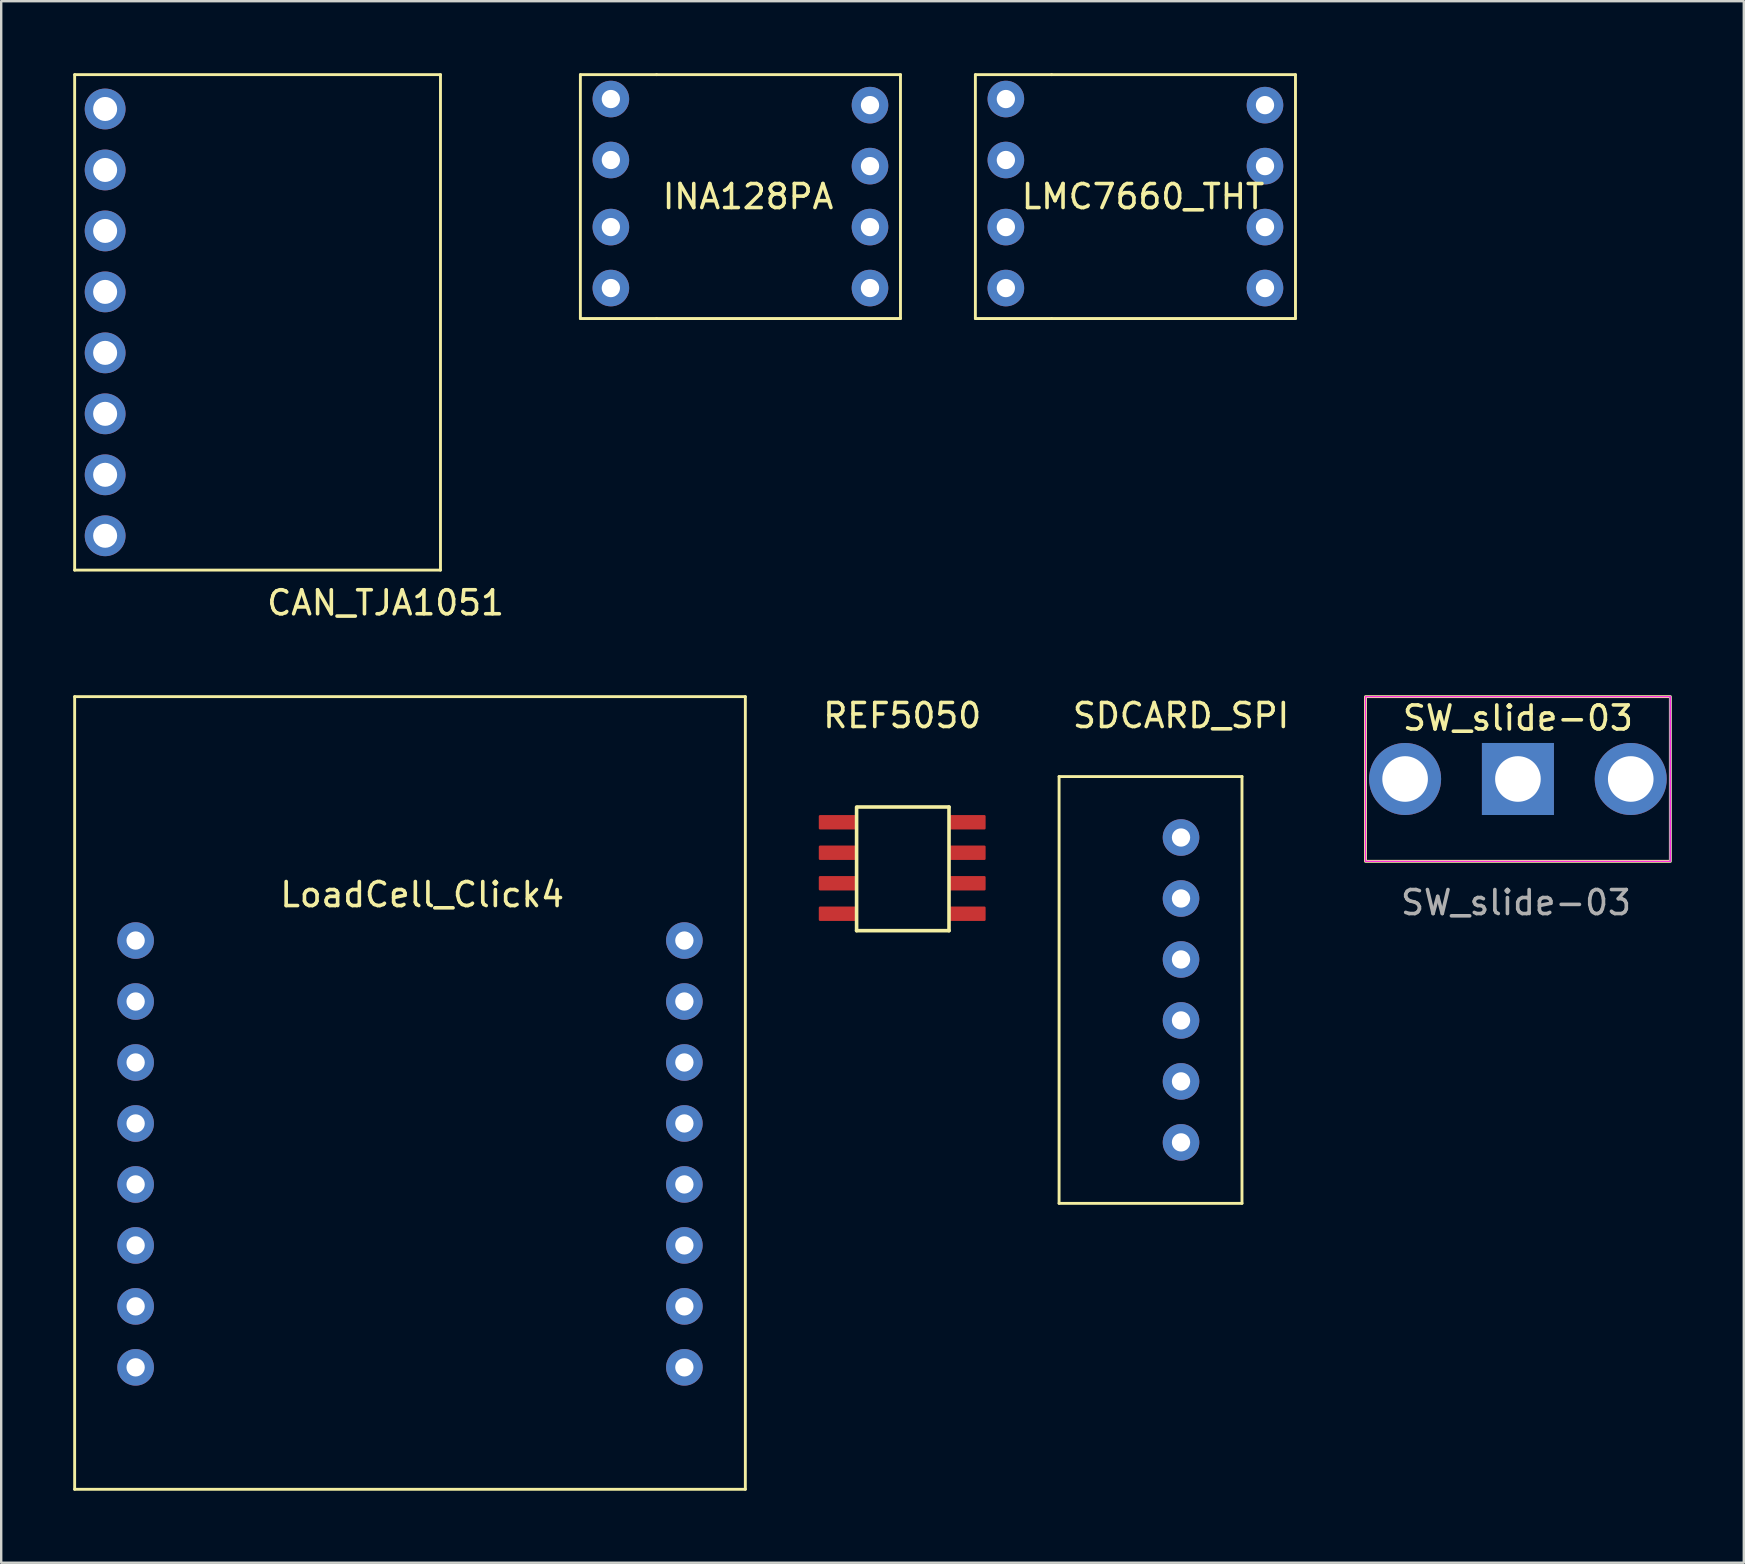
<source format=kicad_pcb>
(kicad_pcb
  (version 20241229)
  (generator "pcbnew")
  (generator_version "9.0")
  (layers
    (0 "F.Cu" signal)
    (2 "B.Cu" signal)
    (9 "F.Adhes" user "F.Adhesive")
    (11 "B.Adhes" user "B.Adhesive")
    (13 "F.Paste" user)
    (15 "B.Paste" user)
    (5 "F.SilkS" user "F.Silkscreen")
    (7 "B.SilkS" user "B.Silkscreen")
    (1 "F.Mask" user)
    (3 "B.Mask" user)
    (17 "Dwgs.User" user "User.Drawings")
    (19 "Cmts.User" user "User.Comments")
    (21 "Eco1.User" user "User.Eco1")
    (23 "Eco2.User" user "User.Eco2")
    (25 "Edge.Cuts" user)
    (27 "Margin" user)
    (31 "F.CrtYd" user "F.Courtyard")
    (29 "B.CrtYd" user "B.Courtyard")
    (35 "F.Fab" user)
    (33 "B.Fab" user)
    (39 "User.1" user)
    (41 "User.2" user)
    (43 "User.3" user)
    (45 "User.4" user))
  (footprint "CAN_TJA1051"
    (layer "F.Cu")
    (at 7.68 10.38)
    (property "Reference" "CAN_TJA1051" (at 5.334 11.684 0) (layer "F.SilkS") (effects (font (size 1 1) (thickness 0.15))))
    (attr through_hole)
    (fp_line (start -7.62 -10.32) (end -7.62 10.32) (stroke (width 0.12) (type solid)) (layer "F.SilkS"))
    (fp_line (start -7.62 10.32) (end 7.62 10.32) (stroke (width 0.12) (type solid)) (layer "F.SilkS"))
    (fp_line (start 7.62 -10.32) (end -7.62 -10.32) (stroke (width 0.12) (type solid)) (layer "F.SilkS"))
    (fp_line (start 7.62 10.32) (end 7.62 -10.32) (stroke (width 0.12) (type solid)) (layer "F.SilkS"))
    (pad "1" thru_hole circle (at -6.35 -8.89) (size 1.7 1.7) (drill 1) (layers "*.Cu" "*.Mask"))
    (pad "2" thru_hole circle (at -6.35 -6.35) (size 1.7 1.7) (drill 1) (layers "*.Cu" "*.Mask"))
    (pad "3" thru_hole circle (at -6.35 -3.81) (size 1.7 1.7) (drill 1) (layers "*.Cu" "*.Mask"))
    (pad "4" thru_hole circle (at -6.35 -1.27) (size 1.7 1.7) (drill 1) (layers "*.Cu" "*.Mask"))
    (pad "5" thru_hole circle (at -6.35 1.27) (size 1.7 1.7) (drill 1) (layers "*.Cu" "*.Mask"))
    (pad "6" thru_hole circle (at -6.35 3.81) (size 1.7 1.7) (drill 1) (layers "*.Cu" "*.Mask"))
    (pad "7" thru_hole circle (at -6.35 6.35) (size 1.7 1.7) (drill 1) (layers "*.Cu" "*.Mask"))
    (pad "8" thru_hole circle (at -6.35 8.89) (size 1.7 1.7) (drill 1) (layers "*.Cu" "*.Mask")))
  (footprint "SW_slide-03"
    (layer "F.Cu")
    (at 60.185 29.402)
    (property "Reference" "SW_slide-03" (at 0 -2.54 0) (layer "F.SilkS") (effects (font (size 1 1) (thickness 0.15))))
    (attr through_hole)
    (fp_rect (start -6.35 -3.43) (end 6.35 3.43) (stroke (width 0.12) (type default)) (fill no) (layer "F.SilkS"))
    (fp_rect (start -6.35 -3.43) (end 6.35 3.43) (stroke (width 0.05) (type default)) (fill no) (layer "F.CrtYd"))
    (fp_rect (start 6.35 -3.43) (end 6.35 3.43) (stroke (width 0.1) (type default)) (fill no) (layer "F.Fab"))
    (fp_text user "${REFERENCE}" (at -0.08 5.15 0) (layer "F.Fab") (effects (font (size 1 1) (thickness 0.15))))
    (pad "1" thru_hole rect (at 0 0) (size 3 3) (drill 1.9) (layers "*.Cu" "*.Mask"))
    (pad "2" thru_hole circle (at -4.7 0) (size 3 3) (drill 1.9) (layers "*.Cu" "*.Mask"))
    (pad "3" thru_hole circle (at 4.7 0) (size 3 3) (drill 1.9) (layers "*.Cu" "*.Mask")))
  (footprint "SDCARD_SPI"
    (layer "F.Cu")
    (at 46.15 29.3)
    (property "Reference" "SDCARD_SPI" (at 0 -2.54 0) (layer "F.SilkS") (effects (font (size 1 1) (thickness 0.15))))
    (attr through_hole)
    (fp_line (start -5.08 0) (end 2.54 0) (stroke (width 0.12) (type solid)) (layer "F.SilkS"))
    (fp_line (start -5.08 17.78) (end -5.08 0) (stroke (width 0.12) (type solid)) (layer "F.SilkS"))
    (fp_line (start 2.54 0) (end 2.54 17.78) (stroke (width 0.12) (type solid)) (layer "F.SilkS"))
    (fp_line (start 2.54 17.78) (end -5.08 17.78) (stroke (width 0.12) (type solid)) (layer "F.SilkS"))
    (pad "1" thru_hole circle (at 0 2.54) (size 1.524 1.524) (drill 0.762) (layers "*.Cu" "*.Mask"))
    (pad "2" thru_hole circle (at 0 5.08) (size 1.524 1.524) (drill 0.762) (layers "*.Cu" "*.Mask"))
    (pad "3" thru_hole circle (at 0 7.62) (size 1.524 1.524) (drill 0.762) (layers "*.Cu" "*.Mask"))
    (pad "4" thru_hole circle (at 0 10.16) (size 1.524 1.524) (drill 0.762) (layers "*.Cu" "*.Mask"))
    (pad "5" thru_hole circle (at 0 12.7) (size 1.524 1.524) (drill 0.762) (layers "*.Cu" "*.Mask"))
    (pad "6" thru_hole circle (at 0 15.24) (size 1.524 1.524) (drill 0.762) (layers "*.Cu" "*.Mask")))
  (footprint "INA128PA"
    (layer "F.Cu")
    (at 33.193 8.95)
    (property "Reference" "INA128PA" (at -5.08 -3.81 0) (layer "F.SilkS") (effects (font (size 1 1) (thickness 0.15))))
    (attr through_hole)
    (fp_line (start -12.065 -8.89) (end -12.065 1.27) (stroke (width 0.12) (type solid)) (layer "F.SilkS"))
    (fp_line (start -12.065 1.27) (end -8.89 1.27) (stroke (width 0.12) (type solid)) (layer "F.SilkS"))
    (fp_line (start -8.89 -8.89) (end -12.065 -8.89) (stroke (width 0.12) (type solid)) (layer "F.SilkS"))
    (fp_line (start -8.89 -8.89) (end 1.27 -8.89) (stroke (width 0.12) (type solid)) (layer "F.SilkS"))
    (fp_line (start 1.27 -8.89) (end 1.27 1.27) (stroke (width 0.12) (type solid)) (layer "F.SilkS"))
    (fp_line (start 1.27 1.27) (end -8.89 1.27) (stroke (width 0.12) (type solid)) (layer "F.SilkS"))
    (pad "1" thru_hole circle (at 0 0) (size 1.524 1.524) (drill 0.762) (layers "*.Cu" "*.Mask"))
    (pad "2" thru_hole circle (at 0 -2.54) (size 1.524 1.524) (drill 0.762) (layers "*.Cu" "*.Mask"))
    (pad "3" thru_hole circle (at 0 -5.08) (size 1.524 1.524) (drill 0.762) (layers "*.Cu" "*.Mask"))
    (pad "4" thru_hole circle (at 0 -7.62) (size 1.524 1.524) (drill 0.762) (layers "*.Cu" "*.Mask"))
    (pad "5" thru_hole circle (at -10.795 -7.874) (size 1.524 1.524) (drill 0.762) (layers "*.Cu" "*.Mask"))
    (pad "6" thru_hole circle (at -10.795 -5.334) (size 1.524 1.524) (drill 0.762) (layers "*.Cu" "*.Mask"))
    (pad "7" thru_hole circle (at -10.795 -2.54) (size 1.524 1.524) (drill 0.762) (layers "*.Cu" "*.Mask"))
    (pad "8" thru_hole circle (at -10.795 0) (size 1.524 1.524) (drill 0.762) (layers "*.Cu" "*.Mask")))
  (footprint "LMC7660_THT"
    (layer "F.Cu")
    (at 49.648 8.95)
    (property "Reference" "LMC7660_THT" (at -5.08 -3.81 0) (layer "F.SilkS") (effects (font (size 1 1) (thickness 0.15))))
    (attr through_hole)
    (fp_line (start -12.065 -8.89) (end -12.065 1.27) (stroke (width 0.12) (type solid)) (layer "F.SilkS"))
    (fp_line (start -12.065 1.27) (end -8.89 1.27) (stroke (width 0.12) (type solid)) (layer "F.SilkS"))
    (fp_line (start -8.89 -8.89) (end -12.065 -8.89) (stroke (width 0.12) (type solid)) (layer "F.SilkS"))
    (fp_line (start -8.89 -8.89) (end 1.27 -8.89) (stroke (width 0.12) (type solid)) (layer "F.SilkS"))
    (fp_line (start 1.27 -8.89) (end 1.27 1.27) (stroke (width 0.12) (type solid)) (layer "F.SilkS"))
    (fp_line (start 1.27 1.27) (end -8.89 1.27) (stroke (width 0.12) (type solid)) (layer "F.SilkS"))
    (pad "1" thru_hole circle (at 0 0) (size 1.524 1.524) (drill 0.762) (layers "*.Cu" "*.Mask"))
    (pad "2" thru_hole circle (at 0 -2.54) (size 1.524 1.524) (drill 0.762) (layers "*.Cu" "*.Mask"))
    (pad "3" thru_hole circle (at 0 -5.08) (size 1.524 1.524) (drill 0.762) (layers "*.Cu" "*.Mask"))
    (pad "4" thru_hole circle (at 0 -7.62) (size 1.524 1.524) (drill 0.762) (layers "*.Cu" "*.Mask"))
    (pad "5" thru_hole circle (at -10.795 -7.874) (size 1.524 1.524) (drill 0.762) (layers "*.Cu" "*.Mask"))
    (pad "6" thru_hole circle (at -10.795 -5.334) (size 1.524 1.524) (drill 0.762) (layers "*.Cu" "*.Mask"))
    (pad "7" thru_hole circle (at -10.795 -2.54) (size 1.524 1.524) (drill 0.762) (layers "*.Cu" "*.Mask"))
    (pad "8" thru_hole circle (at -10.795 0) (size 1.524 1.524) (drill 0.762) (layers "*.Cu" "*.Mask")))
  (footprint "REF5050"
    (layer "F.Cu")
    (at 34.535 30.57)
    (property "Reference" "REF5050" (at 0 -3.81 0) (layer "F.SilkS") (effects (font (size 1 1) (thickness 0.15))))
    (attr through_hole)
    (fp_line (start -1.9 0) (end -1.9 5.15) (stroke (width 0.15) (type solid)) (layer "F.SilkS"))
    (fp_line (start -1.9 5.15) (end 1.95 5.15) (stroke (width 0.15) (type solid)) (layer "F.SilkS"))
    (fp_line (start 1.95 0) (end -1.85 0) (stroke (width 0.15) (type solid)) (layer "F.SilkS"))
    (fp_line (start 1.95 5.15) (end 1.95 0) (stroke (width 0.15) (type solid)) (layer "F.SilkS"))
    (pad "1" smd roundrect (at -2.7 0.635) (size 1.55 0.6) (layers "F.Cu" "F.Mask" "F.Paste") (roundrect_rratio 0.083))
    (pad "2" smd roundrect (at -2.7 1.905) (size 1.55 0.6) (layers "F.Cu" "F.Mask" "F.Paste") (roundrect_rratio 0.083))
    (pad "3" smd roundrect (at -2.7 3.175) (size 1.55 0.6) (layers "F.Cu" "F.Mask" "F.Paste") (roundrect_rratio 0.083))
    (pad "4" smd roundrect (at -2.7 4.445) (size 1.55 0.6) (layers "F.Cu" "F.Mask" "F.Paste") (roundrect_rratio 0.083))
    (pad "5" smd roundrect (at 2.7 4.445) (size 1.55 0.6) (layers "F.Cu" "F.Mask" "F.Paste") (roundrect_rratio 0.083))
    (pad "6" smd roundrect (at 2.7 3.175) (size 1.55 0.6) (layers "F.Cu" "F.Mask" "F.Paste") (roundrect_rratio 0.083))
    (pad "7" smd roundrect (at 2.7 1.905) (size 1.55 0.6) (layers "F.Cu" "F.Mask" "F.Paste") (roundrect_rratio 0.083))
    (pad "8" smd roundrect (at 2.7 0.635) (size 1.55 0.6) (layers "F.Cu" "F.Mask" "F.Paste") (roundrect_rratio 0.083)))
  (footprint "LoadCell_Click4"
    (layer "F.Cu")
    (at 2.6 33.592)
    (property "Reference" "LoadCell_Click4" (at 11.938 0.627 0) (layer "F.SilkS") (effects (font (size 1 1) (thickness 0.15))))
    (attr through_hole)
    (fp_line (start -2.54 -7.62) (end -2.54 25.4) (stroke (width 0.12) (type solid)) (layer "F.SilkS"))
    (fp_line (start -2.54 25.4) (end 25.4 25.4) (stroke (width 0.12) (type solid)) (layer "F.SilkS"))
    (fp_line (start 25.4 -7.62) (end -2.54 -7.62) (stroke (width 0.12) (type solid)) (layer "F.SilkS"))
    (fp_line (start 25.4 25.4) (end 25.4 -7.62) (stroke (width 0.12) (type solid)) (layer "F.SilkS"))
    (pad "1" thru_hole circle (at 0 2.54) (size 1.524 1.524) (drill 0.762) (layers "*.Cu" "*.Mask"))
    (pad "2" thru_hole circle (at 0 5.08) (size 1.524 1.524) (drill 0.762) (layers "*.Cu" "*.Mask"))
    (pad "3" thru_hole circle (at 0 7.62) (size 1.524 1.524) (drill 0.762) (layers "*.Cu" "*.Mask"))
    (pad "4" thru_hole circle (at 0 10.16) (size 1.524 1.524) (drill 0.762) (layers "*.Cu" "*.Mask"))
    (pad "5" thru_hole circle (at 0 12.7) (size 1.524 1.524) (drill 0.762) (layers "*.Cu" "*.Mask"))
    (pad "6" thru_hole circle (at 0 15.24) (size 1.524 1.524) (drill 0.762) (layers "*.Cu" "*.Mask"))
    (pad "7" thru_hole circle (at 0 17.78) (size 1.524 1.524) (drill 0.762) (layers "*.Cu" "*.Mask"))
    (pad "8" thru_hole circle (at 0 20.32) (size 1.524 1.524) (drill 0.762) (layers "*.Cu" "*.Mask"))
    (pad "9" thru_hole circle (at 22.86 2.54) (size 1.524 1.524) (drill 0.762) (layers "*.Cu" "*.Mask"))
    (pad "10" thru_hole circle (at 22.86 5.08) (size 1.524 1.524) (drill 0.762) (layers "*.Cu" "*.Mask"))
    (pad "11" thru_hole circle (at 22.86 7.62) (size 1.524 1.524) (drill 0.762) (layers "*.Cu" "*.Mask"))
    (pad "12" thru_hole circle (at 22.86 10.16) (size 1.524 1.524) (drill 0.762) (layers "*.Cu" "*.Mask"))
    (pad "13" thru_hole circle (at 22.86 12.7) (size 1.524 1.524) (drill 0.762) (layers "*.Cu" "*.Mask"))
    (pad "14" thru_hole circle (at 22.86 15.24) (size 1.524 1.524) (drill 0.762) (layers "*.Cu" "*.Mask"))
    (pad "15" thru_hole circle (at 22.86 17.78) (size 1.524 1.524) (drill 0.762) (layers "*.Cu" "*.Mask"))
    (pad "16" thru_hole circle (at 22.86 20.32) (size 1.524 1.524) (drill 0.762) (layers "*.Cu" "*.Mask")))
  (gr_rect
    (start -3 -3)
    (end 69.595 62.052)
    (stroke (width 0.1) (type default))
    (fill no)
    (layer "Edge.Cuts")))
</source>
